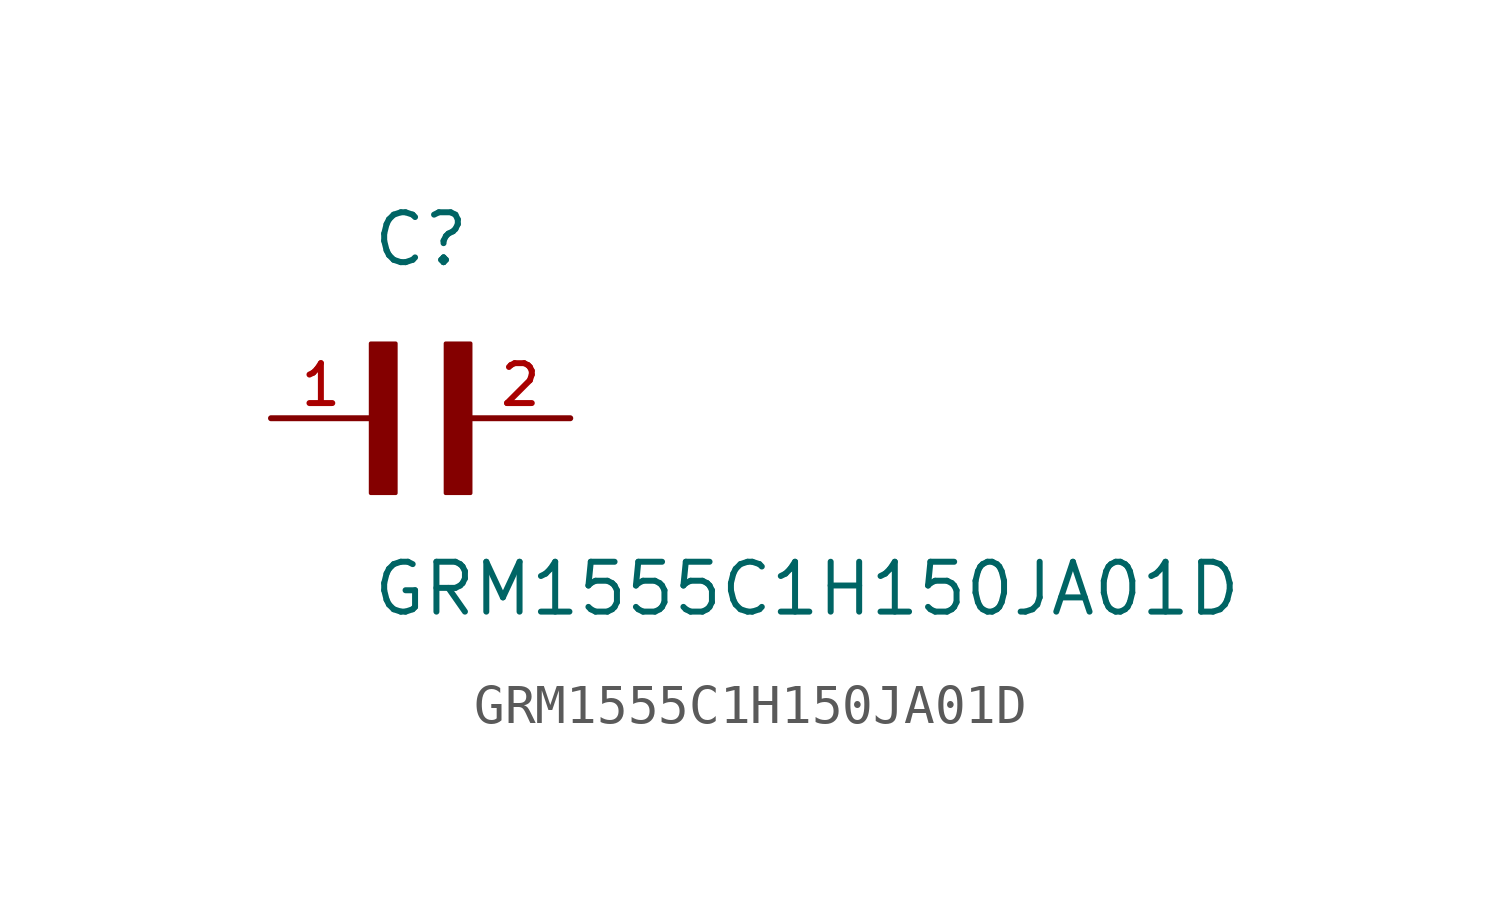
<source format=kicad_sym>
(kicad_symbol_lib
  (version 20211014)
  (generator kicad_symbol_editor)
  (symbol "GRM1555C1H150JA01D"
    (pin_names
      (offset 1.016))
    (property "Reference" "C"
      (at 0.0 3.811 0)
      (effects (font (size 1.27 1.27)) (justify bottom left)))
    (property "Value" "GRM1555C1H150JA01D"
      (at 0.0 -5.088 0)
      (effects (font (size 1.27 1.27)) (justify bottom left)))
    (symbol "GRM1555C1H150JA01D_0_0"
      (rectangle (start 0.0 -1.907) (end 0.635 1.905) (stroke (width 0.1)) (fill (type outline)))
      (rectangle (start 1.907 -1.907) (end 2.54 1.905) (stroke (width 0.1)) (fill (type outline)))
      (pin passive line (at 5.08 0.0 180.0) (length 2.54) (name "~" (effects (font (size 1.016 1.016)))) (number "2" (effects (font (size 1.016 1.016)))))
      (pin passive line (at -2.54 0.0 0) (length 2.54) (name "~" (effects (font (size 1.016 1.016)))) (number "1" (effects (font (size 1.016 1.016))))))))
</source>
